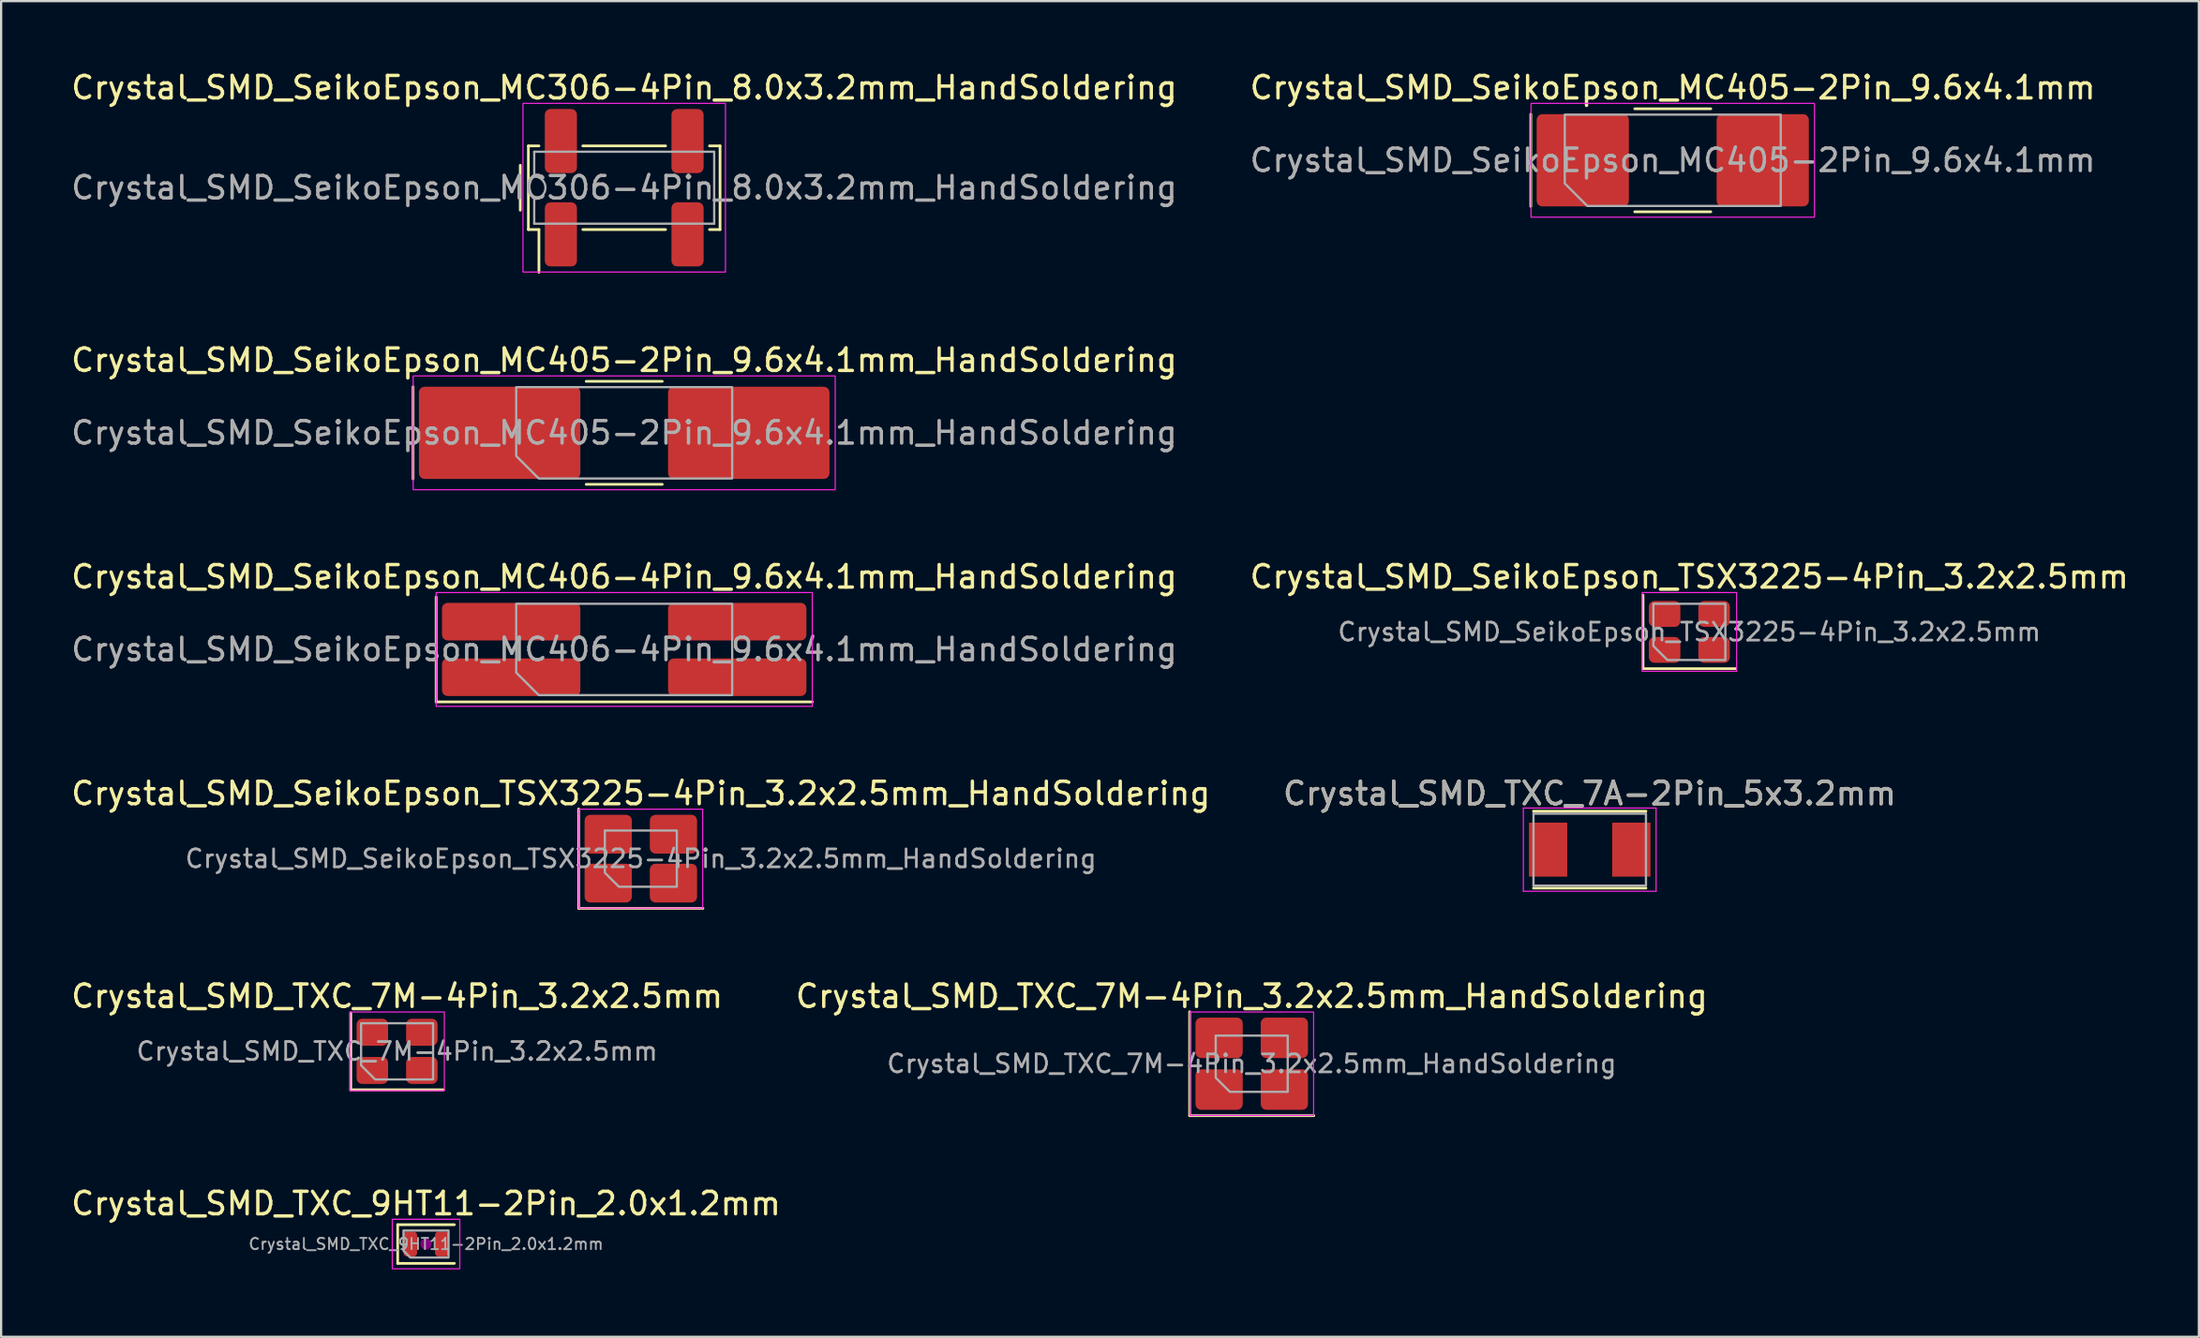
<source format=kicad_pcb>
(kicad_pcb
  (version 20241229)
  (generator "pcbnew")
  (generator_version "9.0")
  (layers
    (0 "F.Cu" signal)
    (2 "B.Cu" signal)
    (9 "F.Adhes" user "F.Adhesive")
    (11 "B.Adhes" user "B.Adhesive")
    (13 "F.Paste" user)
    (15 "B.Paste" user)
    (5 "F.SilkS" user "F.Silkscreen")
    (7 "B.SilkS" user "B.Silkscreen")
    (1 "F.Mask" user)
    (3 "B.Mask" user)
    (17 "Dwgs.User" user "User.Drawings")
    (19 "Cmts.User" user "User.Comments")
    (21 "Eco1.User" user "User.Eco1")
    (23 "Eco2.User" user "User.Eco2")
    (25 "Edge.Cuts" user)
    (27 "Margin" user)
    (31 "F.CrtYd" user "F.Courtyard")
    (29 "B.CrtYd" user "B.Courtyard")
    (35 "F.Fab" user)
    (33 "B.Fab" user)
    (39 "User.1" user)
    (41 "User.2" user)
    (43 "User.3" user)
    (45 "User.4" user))
  (footprint "Crystal_SMD_SeikoEpson_MC405-2Pin_9.6x4.1mm"
    (layer "F.Cu")
    (at 71.304 4.078)
    (property "Reference" "Crystal_SMD_SeikoEpson_MC405-2Pin_9.6x4.1mm" (at 0 -3.23 0) (layer "F.SilkS") (effects (font (size 1 1) (thickness 0.15))))
    (attr smd)
    (fp_line (start -6.31 -2.05) (end -6.31 2.05) (stroke (width 0.12) (type solid)) (layer "F.SilkS"))
    (fp_line (start -1.69 -2.29) (end 1.69 -2.29) (stroke (width 0.12) (type solid)) (layer "F.SilkS"))
    (fp_line (start -1.69 2.29) (end 1.69 2.29) (stroke (width 0.12) (type solid)) (layer "F.SilkS"))
    (fp_rect (start -6.3 -2.53) (end 6.3 2.53) (stroke (width 0.05) (type solid)) (fill no) (layer "F.CrtYd"))
    (fp_poly (pts (xy -4.8 -2.03) (xy -4.8 1.03) (xy -3.8 2.03) (xy 4.8 2.03) (xy 4.8 -2.03)) (stroke (width 0.1) (type solid)) (fill no) (layer "F.Fab"))
    (fp_text user "${REFERENCE}" (at 0 0 0) (layer "F.Fab") (effects (font (size 1 1) (thickness 0.15))))
    (pad "1" smd roundrect (at -4 0) (size 4.1 4.1) (layers "F.Cu" "F.Mask" "F.Paste") (roundrect_rratio 0.061))
    (pad "2" smd roundrect (at 4 0) (size 4.1 4.1) (layers "F.Cu" "F.Mask" "F.Paste") (roundrect_rratio 0.061)))
  (footprint "Crystal_SMD_SeikoEpson_TSX3225-4Pin_3.2x2.5mm_HandSoldering"
    (layer "F.Cu")
    (at 25.435 35.133)
    (property "Reference" "Crystal_SMD_SeikoEpson_TSX3225-4Pin_3.2x2.5mm_HandSoldering" (at 0 -2.9 0) (layer "F.SilkS") (effects (font (size 1 1) (thickness 0.15))))
    (attr smd)
    (fp_line (start -2.76 -2.21) (end -2.76 2.21) (stroke (width 0.12) (type solid)) (layer "F.SilkS"))
    (fp_line (start -2.76 2.21) (end 2.76 2.21) (stroke (width 0.12) (type solid)) (layer "F.SilkS"))
    (fp_rect (start -2.75 -2.2) (end 2.75 2.2) (stroke (width 0.05) (type solid)) (fill no) (layer "F.CrtYd"))
    (fp_poly (pts (xy -1.6 -1.25) (xy -1.6 0.625) (xy -0.975 1.25) (xy 1.6 1.25) (xy 1.6 -1.25)) (stroke (width 0.1) (type solid)) (fill no) (layer "F.Fab"))
    (fp_text user "${REFERENCE}" (at 0 0 0) (layer "F.Fab") (effects (font (size 0.8 0.8) (thickness 0.12))))
    (pad "1" smd roundrect (at -1.45 1.087) (size 2.1 1.725) (layers "F.Cu" "F.Mask" "F.Paste") (roundrect_rratio 0.145))
    (pad "2" smd roundrect (at 1.45 1.087) (size 2.1 1.725) (layers "F.Cu" "F.Mask" "F.Paste") (roundrect_rratio 0.145))
    (pad "3" smd roundrect (at 1.45 -1.087) (size 2.1 1.725) (layers "F.Cu" "F.Mask" "F.Paste") (roundrect_rratio 0.145))
    (pad "4" smd roundrect (at -1.45 -1.087) (size 2.1 1.725) (layers "F.Cu" "F.Mask" "F.Paste") (roundrect_rratio 0.145)))
  (footprint "Crystal_SMD_SeikoEpson_MC406-4Pin_9.6x4.1mm_HandSoldering"
    (layer "F.Cu")
    (at 24.696 25.83)
    (property "Reference" "Crystal_SMD_SeikoEpson_MC406-4Pin_9.6x4.1mm_HandSoldering" (at 0 -3.23 0) (layer "F.SilkS") (effects (font (size 1 1) (thickness 0.15))))
    (attr smd)
    (fp_line (start -8.36 -2.332) (end -8.36 2.332) (stroke (width 0.12) (type solid)) (layer "F.SilkS"))
    (fp_line (start -8.36 2.332) (end 8.36 2.332) (stroke (width 0.12) (type solid)) (layer "F.SilkS"))
    (fp_rect (start -8.36 -2.53) (end 8.36 2.53) (stroke (width 0.05) (type solid)) (fill no) (layer "F.CrtYd"))
    (fp_poly (pts (xy -4.8 -2.03) (xy -4.8 1.03) (xy -3.8 2.03) (xy 4.8 2.03) (xy 4.8 -2.03)) (stroke (width 0.1) (type solid)) (fill no) (layer "F.Fab"))
    (fp_text user "${REFERENCE}" (at 0 0 0) (layer "F.Fab") (effects (font (size 1 1) (thickness 0.15))))
    (pad "1" smd roundrect (at -5.025 1.236) (size 6.15 1.672) (layers "F.Cu" "F.Mask" "F.Paste") (roundrect_rratio 0.15))
    (pad "2" smd roundrect (at 5.025 1.236) (size 6.15 1.672) (layers "F.Cu" "F.Mask" "F.Paste") (roundrect_rratio 0.15))
    (pad "3" smd roundrect (at 5.025 -1.236) (size 6.15 1.672) (layers "F.Cu" "F.Mask" "F.Paste") (roundrect_rratio 0.15))
    (pad "4" smd roundrect (at -5.025 -1.236) (size 6.15 1.672) (layers "F.Cu" "F.Mask" "F.Paste") (roundrect_rratio 0.15)))
  (footprint "Crystal_SMD_TXC_7M-4Pin_3.2x2.5mm_HandSoldering"
    (layer "F.Cu")
    (at 52.589 44.251)
    (property "Reference" "Crystal_SMD_TXC_7M-4Pin_3.2x2.5mm_HandSoldering" (at 0 -3 0) (layer "F.SilkS") (effects (font (size 1 1) (thickness 0.15))))
    (attr smd)
    (fp_line (start -2.76 -2.31) (end -2.76 2.31) (stroke (width 0.12) (type solid)) (layer "F.SilkS"))
    (fp_line (start -2.76 2.31) (end 2.76 2.31) (stroke (width 0.12) (type solid)) (layer "F.SilkS"))
    (fp_rect (start -2.75 -2.3) (end 2.75 2.3) (stroke (width 0.05) (type solid)) (fill no) (layer "F.CrtYd"))
    (fp_poly (pts (xy -1.6 -1.25) (xy -1.6 0.625) (xy -0.975 1.25) (xy 1.6 1.25) (xy 1.6 -1.25)) (stroke (width 0.1) (type solid)) (fill no) (layer "F.Fab"))
    (fp_text user "${REFERENCE}" (at 0 0 0) (layer "F.Fab") (effects (font (size 0.8 0.8) (thickness 0.12))))
    (pad "1" smd roundrect (at -1.45 1.15) (size 2.1 1.8) (layers "F.Cu" "F.Mask" "F.Paste") (roundrect_rratio 0.139))
    (pad "2" smd roundrect (at 1.45 1.15) (size 2.1 1.8) (layers "F.Cu" "F.Mask" "F.Paste") (roundrect_rratio 0.139))
    (pad "3" smd roundrect (at 1.45 -1.15) (size 2.1 1.8) (layers "F.Cu" "F.Mask" "F.Paste") (roundrect_rratio 0.139))
    (pad "4" smd roundrect (at -1.45 -1.15) (size 2.1 1.8) (layers "F.Cu" "F.Mask" "F.Paste") (roundrect_rratio 0.139)))
  (footprint "Crystal_SMD_TXC_9HT11-2Pin_2.0x1.2mm"
    (layer "F.Cu")
    (at 15.887 52.27)
    (property "Reference" "Crystal_SMD_TXC_9HT11-2Pin_2.0x1.2mm" (at 0 -1.8 0) (layer "F.SilkS") (effects (font (size 1 1) (thickness 0.15))))
    (attr smd)
    (fp_line (start -1.26 -0.86) (end -1.26 0.86) (stroke (width 0.12) (type solid)) (layer "F.SilkS"))
    (fp_line (start -1.26 0.86) (end 1.26 0.86) (stroke (width 0.12) (type solid)) (layer "F.SilkS"))
    (fp_line (start 1.26 -0.86) (end -1.26 -0.86) (stroke (width 0.12) (type solid)) (layer "F.SilkS"))
    (fp_circle (center 0 0) (end 0.2 0) (stroke (width 0.1) (type solid)) (fill yes) (layer "F.Adhes"))
    (fp_rect (start -1.5 -1.1) (end 1.5 1.1) (stroke (width 0.05) (type solid)) (fill no) (layer "F.CrtYd"))
    (fp_poly (pts (xy -1 -0.6) (xy -1 0.3) (xy -0.7 0.6) (xy 1 0.6) (xy 1 -0.6)) (stroke (width 0.1) (type solid)) (fill no) (layer "F.Fab"))
    (fp_text user "${REFERENCE}" (at 0 0 0) (layer "F.Fab") (effects (font (size 0.5 0.5) (thickness 0.08))))
    (pad "1" smd roundrect (at -0.7 0) (size 0.6 1.1) (layers "F.Cu" "F.Mask" "F.Paste") (roundrect_rratio 0.25))
    (pad "2" smd roundrect (at 0.7 0) (size 0.6 1.1) (layers "F.Cu" "F.Mask" "F.Paste") (roundrect_rratio 0.25)))
  (footprint "Crystal_SMD_SeikoEpson_TSX3225-4Pin_3.2x2.5mm"
    (layer "F.Cu")
    (at 72.042 25.05)
    (property "Reference" "Crystal_SMD_SeikoEpson_TSX3225-4Pin_3.2x2.5mm" (at 0 -2.45 0) (layer "F.SilkS") (effects (font (size 1 1) (thickness 0.15))))
    (attr smd)
    (fp_line (start -2.06 -1.635) (end -2.06 1.635) (stroke (width 0.12) (type solid)) (layer "F.SilkS"))
    (fp_line (start -2.06 1.635) (end 2.06 1.635) (stroke (width 0.12) (type solid)) (layer "F.SilkS"))
    (fp_rect (start -2.1 -1.75) (end 2.1 1.75) (stroke (width 0.05) (type solid)) (fill no) (layer "F.CrtYd"))
    (fp_poly (pts (xy -1.6 -1.25) (xy -1.6 0.625) (xy -0.975 1.25) (xy 1.6 1.25) (xy 1.6 -1.25)) (stroke (width 0.1) (type solid)) (fill no) (layer "F.Fab"))
    (fp_text user "${REFERENCE}" (at 0 0 0) (layer "F.Fab") (effects (font (size 0.8 0.8) (thickness 0.12))))
    (pad "1" smd roundrect (at -1.1 0.8) (size 1.4 1.15) (layers "F.Cu" "F.Mask" "F.Paste") (roundrect_rratio 0.217))
    (pad "2" smd roundrect (at 1.1 0.8) (size 1.4 1.15) (layers "F.Cu" "F.Mask" "F.Paste") (roundrect_rratio 0.217))
    (pad "3" smd roundrect (at 1.1 -0.8) (size 1.4 1.15) (layers "F.Cu" "F.Mask" "F.Paste") (roundrect_rratio 0.217))
    (pad "4" smd roundrect (at -1.1 -0.8) (size 1.4 1.15) (layers "F.Cu" "F.Mask" "F.Paste") (roundrect_rratio 0.217)))
  (footprint "Crystal_SMD_SeikoEpson_MC405-2Pin_9.6x4.1mm_HandSoldering"
    (layer "F.Cu")
    (at 24.696 16.197)
    (property "Reference" "Crystal_SMD_SeikoEpson_MC405-2Pin_9.6x4.1mm_HandSoldering" (at 0 -3.23 0) (layer "F.SilkS") (effects (font (size 1 1) (thickness 0.15))))
    (attr smd)
    (fp_line (start -9.385 -2.05) (end -9.385 2.05) (stroke (width 0.12) (type solid)) (layer "F.SilkS"))
    (fp_line (start -1.69 -2.29) (end 1.69 -2.29) (stroke (width 0.12) (type solid)) (layer "F.SilkS"))
    (fp_line (start -1.69 2.29) (end 1.69 2.29) (stroke (width 0.12) (type solid)) (layer "F.SilkS"))
    (fp_rect (start -9.38 -2.53) (end 9.38 2.53) (stroke (width 0.05) (type solid)) (fill no) (layer "F.CrtYd"))
    (fp_poly (pts (xy -4.8 -2.03) (xy -4.8 1.03) (xy -3.8 2.03) (xy 4.8 2.03) (xy 4.8 -2.03)) (stroke (width 0.1) (type solid)) (fill no) (layer "F.Fab"))
    (fp_text user "${REFERENCE}" (at 0 0 0) (layer "F.Fab") (effects (font (size 1 1) (thickness 0.15))))
    (pad "1" smd roundrect (at -5.537 0) (size 7.175 4.1) (layers "F.Cu" "F.Mask" "F.Paste") (roundrect_rratio 0.061))
    (pad "2" smd roundrect (at 5.537 0) (size 7.175 4.1) (layers "F.Cu" "F.Mask" "F.Paste") (roundrect_rratio 0.061)))
  (footprint "Crystal_SMD_SeikoEpson_MC306-4Pin_8.0x3.2mm_HandSoldering"
    (layer "F.Cu")
    (at 24.696 5.298)
    (property "Reference" "Crystal_SMD_SeikoEpson_MC306-4Pin_8.0x3.2mm_HandSoldering" (at 0 -4.45 0) (layer "F.SilkS") (effects (font (size 1 1) (thickness 0.15))))
    (attr smd)
    (fp_line (start -4.62 1) (end -4.62 -1) (stroke (width 0.12) (type solid)) (layer "F.SilkS"))
    (fp_line (start -4.26 -1.86) (end -3.79 -1.86) (stroke (width 0.12) (type solid)) (layer "F.SilkS"))
    (fp_line (start -4.26 1.86) (end -4.26 -1.86) (stroke (width 0.12) (type solid)) (layer "F.SilkS"))
    (fp_line (start -3.79 1.86) (end -4.26 1.86) (stroke (width 0.12) (type solid)) (layer "F.SilkS"))
    (fp_line (start -3.79 3.76) (end -3.79 1.86) (stroke (width 0.12) (type solid)) (layer "F.SilkS"))
    (fp_line (start -1.84 -1.86) (end 1.84 -1.86) (stroke (width 0.12) (type solid)) (layer "F.SilkS"))
    (fp_line (start 1.84 1.86) (end -1.84 1.86) (stroke (width 0.12) (type solid)) (layer "F.SilkS"))
    (fp_line (start 3.79 -1.86) (end 4.26 -1.86) (stroke (width 0.12) (type solid)) (layer "F.SilkS"))
    (fp_line (start 4.26 -1.86) (end 4.26 1.86) (stroke (width 0.12) (type solid)) (layer "F.SilkS"))
    (fp_line (start 4.26 1.86) (end 3.79 1.86) (stroke (width 0.12) (type solid)) (layer "F.SilkS"))
    (fp_rect (start -4.5 -3.75) (end 4.5 3.75) (stroke (width 0.05) (type solid)) (fill no) (layer "F.CrtYd"))
    (fp_line (start -4 -1.6) (end 4 -1.6) (stroke (width 0.1) (type solid)) (layer "F.Fab"))
    (fp_line (start -4 -0.5) (end -4 -1.6) (stroke (width 0.1) (type solid)) (layer "F.Fab"))
    (fp_line (start -4 1.6) (end -4 0.5) (stroke (width 0.1) (type solid)) (layer "F.Fab"))
    (fp_line (start 4 -1.6) (end 4 1.6) (stroke (width 0.1) (type solid)) (layer "F.Fab"))
    (fp_line (start 4 1.6) (end -4 1.6) (stroke (width 0.1) (type solid)) (layer "F.Fab"))
    (fp_arc (start -4 -0.5) (mid -3.5 0) (end -4 0.5) (stroke (width 0.1) (type solid)) (layer "F.Fab"))
    (fp_text user "${REFERENCE}" (at 0 0 0) (layer "F.Fab") (effects (font (size 1 1) (thickness 0.15))))
    (pad "1" smd roundrect (at -2.815 2.075) (size 1.43 2.85) (layers "F.Cu" "F.Mask" "F.Paste") (roundrect_rratio 0.175))
    (pad "2" smd roundrect (at 2.815 2.075) (size 1.43 2.85) (layers "F.Cu" "F.Mask" "F.Paste") (roundrect_rratio 0.175))
    (pad "3" smd roundrect (at 2.815 -2.075) (size 1.43 2.85) (layers "F.Cu" "F.Mask" "F.Paste") (roundrect_rratio 0.175))
    (pad "4" smd roundrect (at -2.815 -2.075) (size 1.43 2.85) (layers "F.Cu" "F.Mask" "F.Paste") (roundrect_rratio 0.175)))
  (footprint "Crystal_SMD_TXC_7M-4Pin_3.2x2.5mm"
    (layer "F.Cu")
    (at 14.601 43.701)
    (property "Reference" "Crystal_SMD_TXC_7M-4Pin_3.2x2.5mm" (at 0 -2.45 0) (layer "F.SilkS") (effects (font (size 1 1) (thickness 0.15))))
    (attr smd)
    (fp_line (start -2.06 -1.71) (end -2.06 1.71) (stroke (width 0.12) (type solid)) (layer "F.SilkS"))
    (fp_line (start -2.06 1.71) (end 2.06 1.71) (stroke (width 0.12) (type solid)) (layer "F.SilkS"))
    (fp_rect (start -2.1 -1.75) (end 2.1 1.75) (stroke (width 0.05) (type solid)) (fill no) (layer "F.CrtYd"))
    (fp_poly (pts (xy -1.6 -1.25) (xy -1.6 0.625) (xy -0.975 1.25) (xy 1.6 1.25) (xy 1.6 -1.25)) (stroke (width 0.1) (type solid)) (fill no) (layer "F.Fab"))
    (fp_text user "${REFERENCE}" (at 0 0 0) (layer "F.Fab") (effects (font (size 0.8 0.8) (thickness 0.12))))
    (pad "1" smd roundrect (at -1.1 0.85) (size 1.4 1.2) (layers "F.Cu" "F.Mask" "F.Paste") (roundrect_rratio 0.208))
    (pad "2" smd roundrect (at 1.1 0.85) (size 1.4 1.2) (layers "F.Cu" "F.Mask" "F.Paste") (roundrect_rratio 0.208))
    (pad "3" smd roundrect (at 1.1 -0.85) (size 1.4 1.2) (layers "F.Cu" "F.Mask" "F.Paste") (roundrect_rratio 0.208))
    (pad "4" smd roundrect (at -1.1 -0.85) (size 1.4 1.2) (layers "F.Cu" "F.Mask" "F.Paste") (roundrect_rratio 0.208)))
  (footprint "Crystal_SMD_TXC_7A-2Pin_5x3.2mm"
    (layer "F.Cu")
    (at 67.613 34.733)
    (property "Reference" "Crystal_SMD_TXC_7A-2Pin_5x3.2mm" (at 0 -2.5 0) (layer "F.SilkS") (effects (font (size 1 1) (thickness 0.15))))
    (attr smd)
    (fp_line (start -2.5 -1.71) (end 2.5 -1.71) (stroke (width 0.12) (type solid)) (layer "F.SilkS"))
    (fp_line (start -2.5 1.71) (end 2.5 1.71) (stroke (width 0.12) (type solid)) (layer "F.SilkS"))
    (fp_line (start -2.95 -1.85) (end -2.95 1.85) (stroke (width 0.05) (type solid)) (layer "F.CrtYd"))
    (fp_line (start -2.95 -1.85) (end 2.95 -1.85) (stroke (width 0.05) (type solid)) (layer "F.CrtYd"))
    (fp_line (start 2.95 -1.85) (end 2.95 1.85) (stroke (width 0.05) (type solid)) (layer "F.CrtYd"))
    (fp_line (start 2.95 1.85) (end -2.95 1.85) (stroke (width 0.05) (type solid)) (layer "F.CrtYd"))
    (fp_line (start -2.5 -1.6) (end -2.5 1.6) (stroke (width 0.1) (type solid)) (layer "F.Fab"))
    (fp_line (start -2.5 -1.6) (end 2.5 -1.6) (stroke (width 0.1) (type solid)) (layer "F.Fab"))
    (fp_line (start -2.5 1.6) (end 2.5 1.6) (stroke (width 0.1) (type solid)) (layer "F.Fab"))
    (fp_line (start 2.5 -1.6) (end 2.5 1.6) (stroke (width 0.1) (type solid)) (layer "F.Fab"))
    (fp_text user "${REFERENCE}" (at 0 -2.5 0) (layer "F.Fab") (effects (font (size 1 1) (thickness 0.15))))
    (pad "1" smd rect (at -1.85 0) (size 1.7 2.4) (layers "F.Cu" "F.Mask" "F.Paste"))
    (pad "2" smd rect (at 1.85 0) (size 1.7 2.4) (layers "F.Cu" "F.Mask" "F.Paste")))
  (gr_rect
    (start -3 -3)
    (end 94.69 56.395)
    (stroke (width 0.1) (type default))
    (fill no)
    (layer "Edge.Cuts")))
</source>
